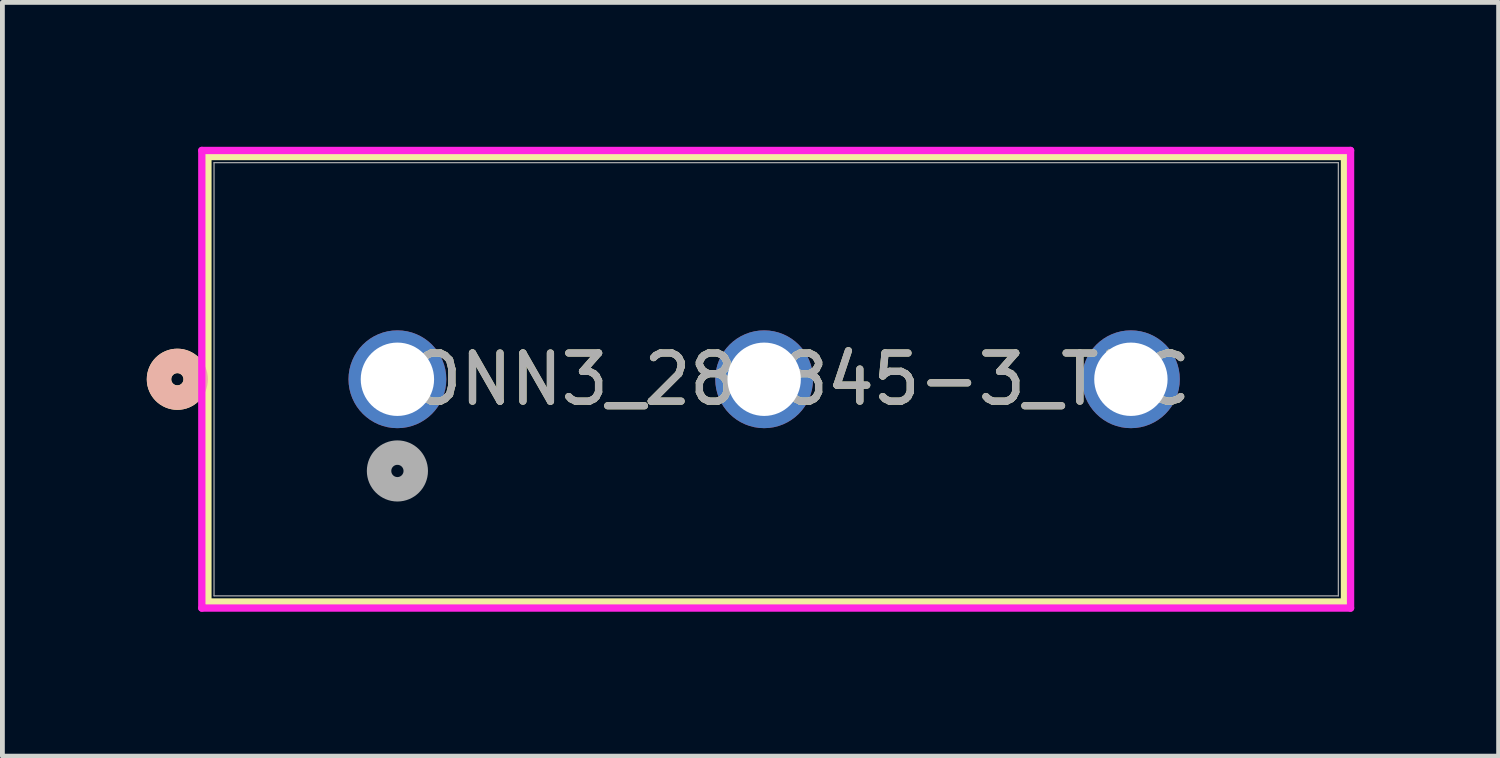
<source format=kicad_pcb>
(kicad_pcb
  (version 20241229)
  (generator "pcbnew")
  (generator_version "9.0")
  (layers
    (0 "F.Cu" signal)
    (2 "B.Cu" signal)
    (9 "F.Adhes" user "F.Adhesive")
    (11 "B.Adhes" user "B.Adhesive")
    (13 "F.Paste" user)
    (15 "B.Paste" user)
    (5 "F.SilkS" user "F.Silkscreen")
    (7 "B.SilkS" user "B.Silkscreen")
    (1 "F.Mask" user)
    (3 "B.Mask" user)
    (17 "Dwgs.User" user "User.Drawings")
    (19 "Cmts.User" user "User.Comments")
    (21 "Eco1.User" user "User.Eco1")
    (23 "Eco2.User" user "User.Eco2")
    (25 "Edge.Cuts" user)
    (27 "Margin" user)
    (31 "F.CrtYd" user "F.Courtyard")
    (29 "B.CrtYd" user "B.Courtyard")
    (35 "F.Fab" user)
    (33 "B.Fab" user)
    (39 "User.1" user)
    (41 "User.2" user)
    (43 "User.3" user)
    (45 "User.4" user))
  (footprint "CONN3_282845-3_TEC"
    (layer "F.Cu")
    (at 5.207 4.83)
    (property "Reference" "CONN3_282845-3_TEC" (at 7.87 0 0) (unlocked yes) (layer "F.SilkS") (effects (font (size 1 1) (thickness 0.15))))
    (attr through_hole)
    (fp_line (start -3.937 -4.627) (end -3.937 4.627) (stroke (width 0.152) (type solid)) (layer "F.SilkS"))
    (fp_line (start -3.937 4.627) (end 19.677 4.627) (stroke (width 0.152) (type solid)) (layer "F.SilkS"))
    (fp_line (start 19.677 -4.627) (end -3.937 -4.627) (stroke (width 0.152) (type solid)) (layer "F.SilkS"))
    (fp_line (start 19.677 4.627) (end 19.677 -4.627) (stroke (width 0.152) (type solid)) (layer "F.SilkS"))
    (fp_circle (center -4.572 0) (end -4.191 0) (stroke (width 0.508) (type solid)) (fill no) (layer "F.SilkS"))
    (fp_circle (center -4.572 0) (end -4.191 0) (stroke (width 0.508) (type solid)) (fill no) (layer "B.SilkS"))
    (fp_line (start -4.064 -4.754) (end -4.064 4.754) (stroke (width 0.152) (type solid)) (layer "F.CrtYd"))
    (fp_line (start -4.064 4.754) (end 19.804 4.754) (stroke (width 0.152) (type solid)) (layer "F.CrtYd"))
    (fp_line (start 19.804 -4.754) (end -4.064 -4.754) (stroke (width 0.152) (type solid)) (layer "F.CrtYd"))
    (fp_line (start 19.804 4.754) (end 19.804 -4.754) (stroke (width 0.152) (type solid)) (layer "F.CrtYd"))
    (fp_line (start -3.81 -4.5) (end -3.81 4.5) (stroke (width 0.025) (type solid)) (layer "F.Fab"))
    (fp_line (start -3.81 4.5) (end 19.55 4.5) (stroke (width 0.025) (type solid)) (layer "F.Fab"))
    (fp_line (start 19.55 -4.5) (end -3.81 -4.5) (stroke (width 0.025) (type solid)) (layer "F.Fab"))
    (fp_line (start 19.55 4.5) (end 19.55 -4.5) (stroke (width 0.025) (type solid)) (layer "F.Fab"))
    (fp_circle (center 0 1.905) (end 0.381 1.905) (stroke (width 0.508) (type solid)) (fill no) (layer "F.Fab"))
    (fp_text user "${REFERENCE}" (at 7.87 0 0) (unlocked yes) (layer "F.Fab") (effects (font (size 1 1) (thickness 0.15))))
    (pad "1" thru_hole circle (at 0 0) (size 2.032 2.032) (drill 1.524) (layers "*.Cu" "*.Mask"))
    (pad "2" thru_hole circle (at 7.62 0) (size 2.032 2.032) (drill 1.524) (layers "*.Cu" "*.Mask"))
    (pad "3" thru_hole circle (at 15.24 0) (size 2.032 2.032) (drill 1.524) (layers "*.Cu" "*.Mask")))
  (gr_rect
    (start -3 -3)
    (end 28.087 12.66)
    (stroke (width 0.1) (type default))
    (fill no)
    (layer "Edge.Cuts")))
</source>
